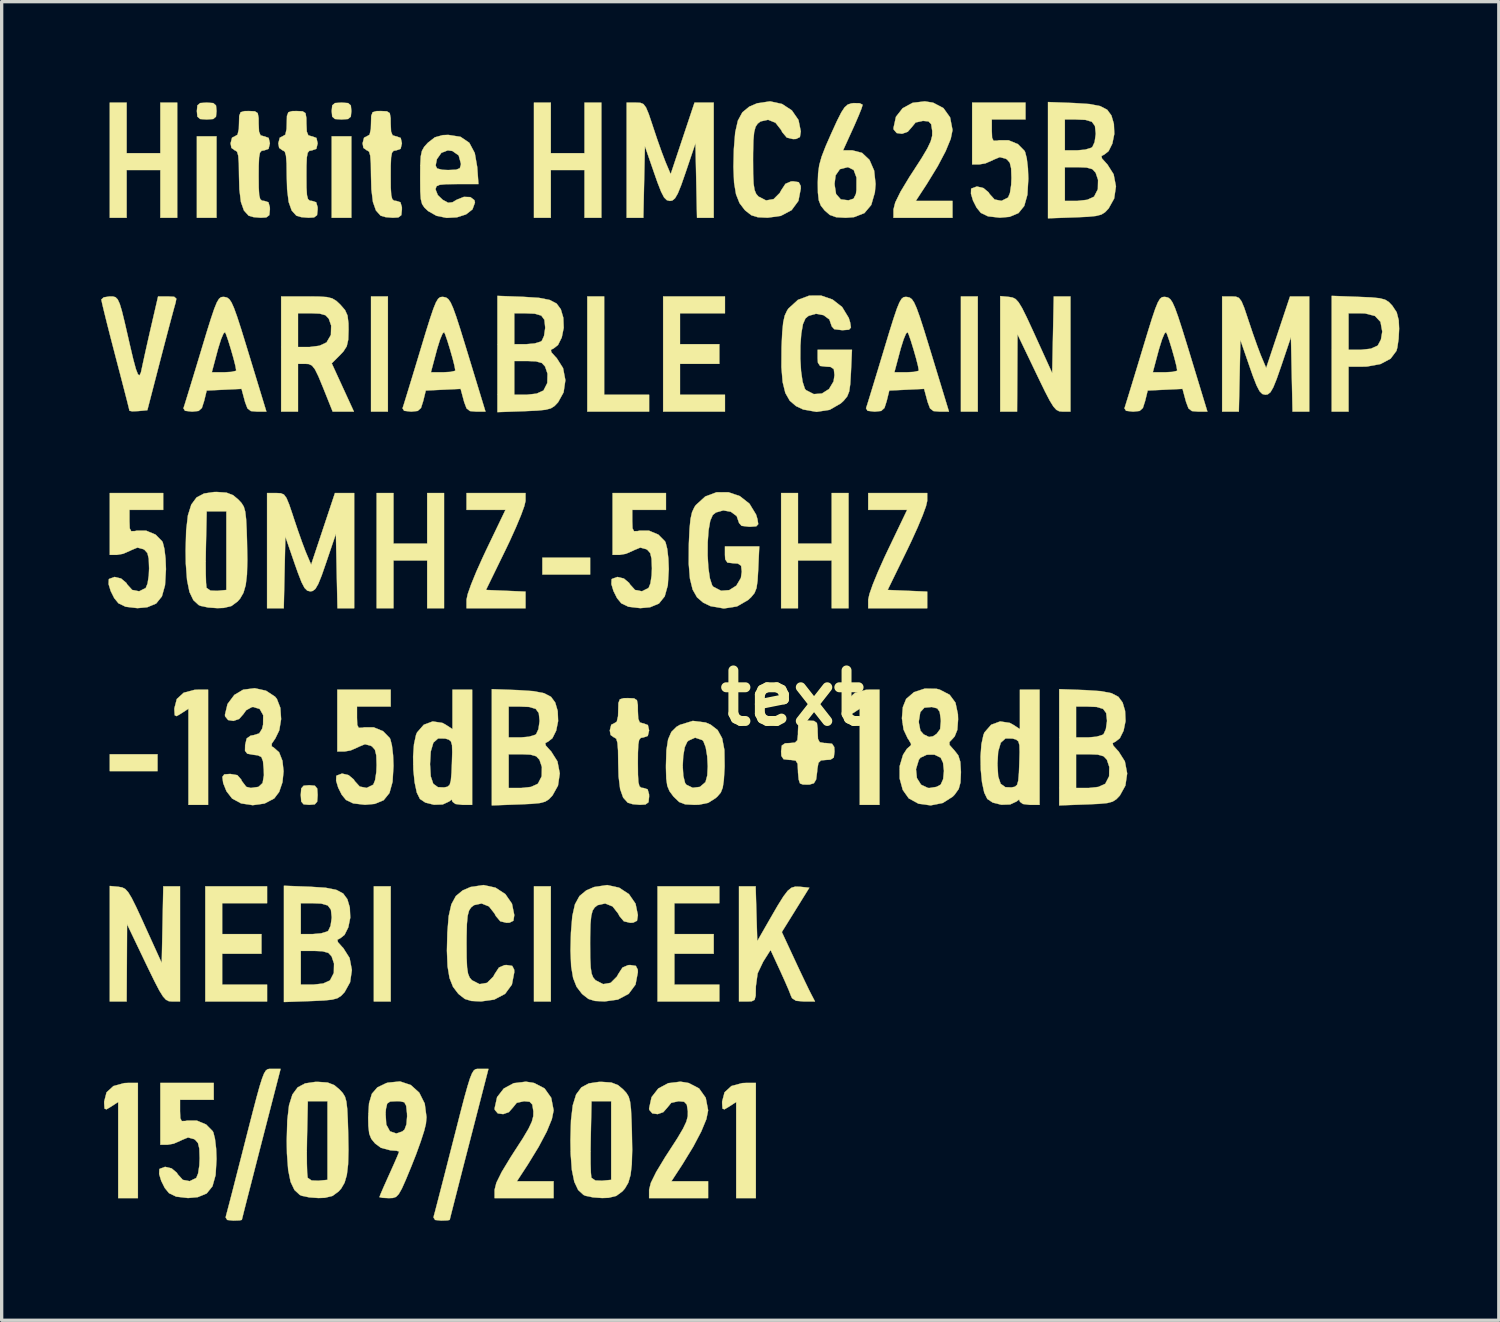
<source format=kicad_pcb>
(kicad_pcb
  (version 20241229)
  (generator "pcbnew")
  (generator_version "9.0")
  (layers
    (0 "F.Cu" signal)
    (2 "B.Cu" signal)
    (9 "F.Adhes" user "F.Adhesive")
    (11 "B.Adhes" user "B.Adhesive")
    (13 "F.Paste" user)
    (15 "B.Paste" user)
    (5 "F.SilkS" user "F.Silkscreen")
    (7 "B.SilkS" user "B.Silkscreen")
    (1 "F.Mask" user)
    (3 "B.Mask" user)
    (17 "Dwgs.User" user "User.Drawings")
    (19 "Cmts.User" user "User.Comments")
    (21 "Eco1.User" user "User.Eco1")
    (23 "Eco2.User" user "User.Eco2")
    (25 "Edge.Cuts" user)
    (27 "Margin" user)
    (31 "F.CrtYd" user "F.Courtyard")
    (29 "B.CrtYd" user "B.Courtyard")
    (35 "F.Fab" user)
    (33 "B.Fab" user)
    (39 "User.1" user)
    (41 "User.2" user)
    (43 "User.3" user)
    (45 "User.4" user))
  (footprint "text"
    (layer "F.Cu")
    (at 20.833 17.992)
    (property "Reference" "text" (at 0 0 0) (layer "F.SilkS") (effects (font (size 1.524 1.524) (thickness 0.3))))
    (attr through_hole)
    (fp_poly (pts (xy -19.135 2.201) (xy -20.574 2.201) (xy -20.574 1.693) (xy -19.135 1.693) (xy -19.135 2.201)) (stroke (width 0.01) (type solid)) (fill yes) (layer "F.SilkS"))
    (fp_poly (pts (xy -17.357 -14.478) (xy -17.949 -14.478) (xy -17.949 -16.933) (xy -17.357 -16.933) (xy -17.357 -14.478)) (stroke (width 0.01) (type solid)) (fill yes) (layer "F.SilkS"))
    (fp_poly (pts (xy -13.293 -14.478) (xy -13.885 -14.478) (xy -13.885 -16.933) (xy -13.293 -16.933) (xy -13.293 -14.478)) (stroke (width 0.01) (type solid)) (fill yes) (layer "F.SilkS"))
    (fp_poly (pts (xy -12.192 -8.636) (xy -12.7 -8.636) (xy -12.7 -12.107) (xy -12.192 -12.107) (xy -12.192 -8.636)) (stroke (width 0.01) (type solid)) (fill yes) (layer "F.SilkS"))
    (fp_poly (pts (xy -12.107 9.144) (xy -12.615 9.144) (xy -12.615 5.673) (xy -12.107 5.673) (xy -12.107 9.144)) (stroke (width 0.01) (type solid)) (fill yes) (layer "F.SilkS"))
    (fp_poly (pts (xy -7.281 9.144) (xy -7.789 9.144) (xy -7.789 5.673) (xy -7.281 5.673) (xy -7.281 9.144)) (stroke (width 0.01) (type solid)) (fill yes) (layer "F.SilkS"))
    (fp_poly (pts (xy -6.096 -3.725) (xy -7.535 -3.725) (xy -7.535 -4.233) (xy -6.096 -4.233) (xy -6.096 -3.725)) (stroke (width 0.01) (type solid)) (fill yes) (layer "F.SilkS"))
    (fp_poly (pts (xy 5.588 -8.636) (xy 5.08 -8.636) (xy 5.08 -12.107) (xy 5.588 -12.107) (xy 5.588 -8.636)) (stroke (width 0.01) (type solid)) (fill yes) (layer "F.SilkS"))
    (fp_poly (pts (xy -5.673 -9.144) (xy -4.318 -9.144) (xy -4.318 -8.636) (xy -6.181 -8.636) (xy -6.181 -12.107) (xy -5.673 -12.107) (xy -5.673 -9.144)) (stroke (width 0.01) (type solid)) (fill yes) (layer "F.SilkS"))
    (fp_poly (pts (xy -20.066 -16.425) (xy -19.05 -16.425) (xy -19.05 -17.949) (xy -18.542 -17.949) (xy -18.542 -14.478) (xy -19.05 -14.478) (xy -19.05 -15.917) (xy -20.066 -15.917) (xy -20.066 -14.478) (xy -20.574 -14.478) (xy -20.574 -17.949) (xy -20.066 -17.949) (xy -20.066 -16.425)) (stroke (width 0.01) (type solid)) (fill yes) (layer "F.SilkS"))
    (fp_poly (pts (xy -17.454 -17.935) (xy -17.372 -17.863) (xy -17.357 -17.695) (xy -17.373 -17.525) (xy -17.457 -17.455) (xy -17.653 -17.441) (xy -17.852 -17.455) (xy -17.934 -17.527) (xy -17.949 -17.695) (xy -17.933 -17.866) (xy -17.849 -17.936) (xy -17.653 -17.949) (xy -17.454 -17.935)) (stroke (width 0.01) (type solid)) (fill yes) (layer "F.SilkS"))
    (fp_poly (pts (xy -15.833 6.181) (xy -17.187 6.181) (xy -17.187 7.112) (xy -16.002 7.112) (xy -16.002 7.705) (xy -17.187 7.705) (xy -17.187 8.636) (xy -15.833 8.636) (xy -15.833 9.144) (xy -17.695 9.144) (xy -17.695 5.673) (xy -15.833 5.673) (xy -15.833 6.181)) (stroke (width 0.01) (type solid)) (fill yes) (layer "F.SilkS"))
    (fp_poly (pts (xy -14.392 2.641) (xy -14.322 2.725) (xy -14.309 2.921) (xy -14.323 3.12) (xy -14.395 3.202) (xy -14.563 3.217) (xy -14.733 3.201) (xy -14.803 3.117) (xy -14.817 2.921) (xy -14.803 2.722) (xy -14.731 2.64) (xy -14.563 2.625) (xy -14.392 2.641)) (stroke (width 0.01) (type solid)) (fill yes) (layer "F.SilkS"))
    (fp_poly (pts (xy -13.39 -17.935) (xy -13.308 -17.863) (xy -13.293 -17.695) (xy -13.309 -17.525) (xy -13.393 -17.455) (xy -13.589 -17.441) (xy -13.788 -17.455) (xy -13.87 -17.527) (xy -13.885 -17.695) (xy -13.869 -17.866) (xy -13.785 -17.936) (xy -13.589 -17.949) (xy -13.39 -17.935)) (stroke (width 0.01) (type solid)) (fill yes) (layer "F.SilkS"))
    (fp_poly (pts (xy -12.023 -4.657) (xy -11.007 -4.657) (xy -11.007 -6.181) (xy -10.499 -6.181) (xy -10.499 -2.709) (xy -11.007 -2.709) (xy -11.007 -4.149) (xy -12.023 -4.149) (xy -12.023 -2.709) (xy -12.531 -2.709) (xy -12.531 -6.181) (xy -12.023 -6.181) (xy -12.023 -4.657)) (stroke (width 0.01) (type solid)) (fill yes) (layer "F.SilkS"))
    (fp_poly (pts (xy -7.281 -16.425) (xy -6.265 -16.425) (xy -6.265 -17.949) (xy -5.757 -17.949) (xy -5.757 -14.478) (xy -6.265 -14.478) (xy -6.265 -15.917) (xy -7.281 -15.917) (xy -7.281 -14.478) (xy -7.789 -14.478) (xy -7.789 -17.949) (xy -7.281 -17.949) (xy -7.281 -16.425)) (stroke (width 0.01) (type solid)) (fill yes) (layer "F.SilkS"))
    (fp_poly (pts (xy -2.201 6.181) (xy -3.556 6.181) (xy -3.556 7.112) (xy -2.371 7.112) (xy -2.371 7.705) (xy -3.556 7.705) (xy -3.556 8.636) (xy -2.201 8.636) (xy -2.201 9.144) (xy -4.064 9.144) (xy -4.064 5.673) (xy -2.201 5.673) (xy -2.201 6.181)) (stroke (width 0.01) (type solid)) (fill yes) (layer "F.SilkS"))
    (fp_poly (pts (xy -2.032 -11.599) (xy -3.387 -11.599) (xy -3.387 -10.668) (xy -2.201 -10.668) (xy -2.201 -10.075) (xy -3.387 -10.075) (xy -3.387 -9.144) (xy -2.032 -9.144) (xy -2.032 -8.636) (xy -3.895 -8.636) (xy -3.895 -12.107) (xy -2.032 -12.107) (xy -2.032 -11.599)) (stroke (width 0.01) (type solid)) (fill yes) (layer "F.SilkS"))
    (fp_poly (pts (xy 0.169 -4.657) (xy 1.185 -4.657) (xy 1.185 -6.181) (xy 1.693 -6.181) (xy 1.693 -2.709) (xy 1.185 -2.709) (xy 1.185 -4.149) (xy 0.169 -4.149) (xy 0.169 -2.709) (xy -0.339 -2.709) (xy -0.339 -6.181) (xy 0.169 -6.181) (xy 0.169 -4.657)) (stroke (width 0.01) (type solid)) (fill yes) (layer "F.SilkS"))
    (fp_poly (pts (xy -19.727 15.071) (xy -20.32 15.071) (xy -20.32 12.173) (xy -20.532 12.311) (xy -20.675 12.396) (xy -20.732 12.372) (xy -20.743 12.211) (xy -20.743 12.161) (xy -20.671 11.882) (xy -20.463 11.692) (xy -20.137 11.604) (xy -20.027 11.599) (xy -19.727 11.599) (xy -19.727 15.071)) (stroke (width 0.01) (type solid)) (fill yes) (layer "F.SilkS"))
    (fp_poly (pts (xy -17.611 3.217) (xy -18.203 3.217) (xy -18.203 0.319) (xy -18.415 0.458) (xy -18.558 0.543) (xy -18.616 0.518) (xy -18.627 0.358) (xy -18.627 0.308) (xy -18.554 0.028) (xy -18.347 -0.162) (xy -18.02 -0.249) (xy -17.91 -0.254) (xy -17.611 -0.254) (xy -17.611 3.217)) (stroke (width 0.01) (type solid)) (fill yes) (layer "F.SilkS"))
    (fp_poly (pts (xy -1.101 15.071) (xy -1.693 15.071) (xy -1.693 12.173) (xy -1.905 12.311) (xy -2.048 12.396) (xy -2.106 12.372) (xy -2.117 12.211) (xy -2.117 12.161) (xy -2.044 11.882) (xy -1.837 11.692) (xy -1.51 11.604) (xy -1.4 11.599) (xy -1.101 11.599) (xy -1.101 15.071)) (stroke (width 0.01) (type solid)) (fill yes) (layer "F.SilkS"))
    (fp_poly (pts (xy 2.625 3.217) (xy 2.032 3.217) (xy 2.032 0.319) (xy 1.82 0.458) (xy 1.677 0.543) (xy 1.62 0.518) (xy 1.609 0.358) (xy 1.609 0.308) (xy 1.681 0.028) (xy 1.889 -0.162) (xy 2.215 -0.249) (xy 2.325 -0.254) (xy 2.625 -0.254) (xy 2.625 3.217)) (stroke (width 0.01) (type solid)) (fill yes) (layer "F.SilkS"))
    (fp_poly (pts (xy -8.043 -5.942) (xy -8.08 -5.786) (xy -8.18 -5.511) (xy -8.331 -5.149) (xy -8.519 -4.733) (xy -8.639 -4.482) (xy -9.235 -3.26) (xy -8.639 -3.235) (xy -8.043 -3.21) (xy -8.043 -2.709) (xy -9.821 -2.709) (xy -9.821 -2.968) (xy -9.785 -3.137) (xy -9.683 -3.426) (xy -9.529 -3.804) (xy -9.333 -4.241) (xy -9.235 -4.45) (xy -8.648 -5.673) (xy -9.821 -5.673) (xy -9.821 -6.181) (xy -8.043 -6.181) (xy -8.043 -5.942)) (stroke (width 0.01) (type solid)) (fill yes) (layer "F.SilkS"))
    (fp_poly (pts (xy 4.064 -5.942) (xy 4.028 -5.786) (xy 3.928 -5.511) (xy 3.777 -5.149) (xy 3.588 -4.733) (xy 3.468 -4.482) (xy 2.872 -3.26) (xy 3.468 -3.235) (xy 4.064 -3.21) (xy 4.064 -2.709) (xy 2.286 -2.709) (xy 2.286 -2.968) (xy 2.323 -3.137) (xy 2.424 -3.426) (xy 2.579 -3.804) (xy 2.774 -4.241) (xy 2.873 -4.45) (xy 3.459 -5.673) (xy 2.286 -5.673) (xy 2.286 -6.181) (xy 4.064 -6.181) (xy 4.064 -5.942)) (stroke (width 0.01) (type solid)) (fill yes) (layer "F.SilkS"))
    (fp_poly (pts (xy 6.533 -12.092) (xy 6.64 -12.073) (xy 6.73 -12.027) (xy 6.82 -11.929) (xy 6.925 -11.756) (xy 7.061 -11.483) (xy 7.245 -11.086) (xy 7.316 -10.93) (xy 7.832 -9.796) (xy 7.879 -12.107) (xy 8.382 -12.107) (xy 8.382 -8.636) (xy 8.141 -8.636) (xy 8.045 -8.645) (xy 7.959 -8.688) (xy 7.869 -8.787) (xy 7.759 -8.964) (xy 7.614 -9.243) (xy 7.418 -9.646) (xy 7.344 -9.8) (xy 6.786 -10.964) (xy 6.78 -9.8) (xy 6.773 -8.636) (xy 6.265 -8.636) (xy 6.265 -12.118) (xy 6.533 -12.092)) (stroke (width 0.01) (type solid)) (fill yes) (layer "F.SilkS"))
    (fp_poly (pts (xy -20.307 5.688) (xy -20.199 5.707) (xy -20.109 5.753) (xy -20.019 5.851) (xy -19.914 6.024) (xy -19.778 6.297) (xy -19.594 6.694) (xy -19.524 6.85) (xy -19.008 7.984) (xy -18.984 6.828) (xy -18.961 5.673) (xy -18.457 5.673) (xy -18.457 9.144) (xy -18.698 9.144) (xy -18.794 9.135) (xy -18.88 9.092) (xy -18.97 8.993) (xy -19.08 8.816) (xy -19.225 8.537) (xy -19.422 8.134) (xy -19.496 7.98) (xy -20.053 6.816) (xy -20.059 7.98) (xy -20.066 9.144) (xy -20.574 9.144) (xy -20.574 5.662) (xy -20.307 5.688)) (stroke (width 0.01) (type solid)) (fill yes) (layer "F.SilkS"))
    (fp_poly (pts (xy -15.693 11.176) (xy -15.669 11.176) (xy -15.426 11.176) (xy -16.01 13.441) (xy -16.162 14.032) (xy -16.299 14.568) (xy -16.417 15.026) (xy -16.509 15.386) (xy -16.569 15.626) (xy -16.594 15.725) (xy -16.594 15.727) (xy -16.668 15.742) (xy -16.847 15.748) (xy -16.854 15.748) (xy -17.033 15.729) (xy -17.081 15.655) (xy -17.07 15.6) (xy -17.037 15.476) (xy -16.968 15.214) (xy -16.872 14.843) (xy -16.756 14.389) (xy -16.625 13.879) (xy -16.594 13.758) (xy -16.411 13.04) (xy -16.264 12.468) (xy -16.148 12.026) (xy -16.057 11.698) (xy -15.984 11.467) (xy -15.925 11.316) (xy -15.872 11.228) (xy -15.819 11.187) (xy -15.762 11.175) (xy -15.693 11.176)) (stroke (width 0.01) (type solid)) (fill yes) (layer "F.SilkS"))
    (fp_poly (pts (xy -9.427 11.176) (xy -9.404 11.176) (xy -9.161 11.176) (xy -9.744 13.441) (xy -9.897 14.032) (xy -10.034 14.568) (xy -10.151 15.026) (xy -10.243 15.386) (xy -10.304 15.626) (xy -10.328 15.725) (xy -10.329 15.727) (xy -10.403 15.742) (xy -10.582 15.748) (xy -10.589 15.748) (xy -10.768 15.729) (xy -10.816 15.655) (xy -10.805 15.6) (xy -10.771 15.476) (xy -10.703 15.214) (xy -10.607 14.843) (xy -10.49 14.389) (xy -10.36 13.879) (xy -10.329 13.758) (xy -10.145 13.04) (xy -9.999 12.468) (xy -9.883 12.026) (xy -9.791 11.698) (xy -9.719 11.467) (xy -9.659 11.316) (xy -9.606 11.228) (xy -9.554 11.187) (xy -9.496 11.175) (xy -9.427 11.176)) (stroke (width 0.01) (type solid)) (fill yes) (layer "F.SilkS"))
    (fp_poly (pts (xy -4.583 -17.943) (xy -4.489 -17.905) (xy -4.411 -17.802) (xy -4.329 -17.606) (xy -4.221 -17.285) (xy -4.197 -17.212) (xy -4.071 -16.835) (xy -3.944 -16.476) (xy -3.838 -16.197) (xy -3.813 -16.134) (xy -3.668 -15.793) (xy -3.309 -16.871) (xy -2.949 -17.949) (xy -2.371 -17.949) (xy -2.371 -14.478) (xy -2.874 -14.478) (xy -2.921 -16.722) (xy -3.214 -15.854) (xy -3.35 -15.464) (xy -3.453 -15.21) (xy -3.538 -15.064) (xy -3.619 -14.998) (xy -3.692 -14.986) (xy -3.783 -15.008) (xy -3.867 -15.091) (xy -3.956 -15.263) (xy -4.069 -15.552) (xy -4.16 -15.812) (xy -4.445 -16.637) (xy -4.492 -14.478) (xy -4.995 -14.478) (xy -4.995 -17.949) (xy -4.716 -17.949) (xy -4.583 -17.943)) (stroke (width 0.01) (type solid)) (fill yes) (layer "F.SilkS"))
    (fp_poly (pts (xy 13.366 -12.101) (xy 13.46 -12.063) (xy 13.538 -11.96) (xy 13.62 -11.764) (xy 13.728 -11.443) (xy 13.752 -11.37) (xy 13.879 -10.993) (xy 14.006 -10.634) (xy 14.111 -10.355) (xy 14.137 -10.292) (xy 14.281 -9.951) (xy 15 -12.107) (xy 15.579 -12.107) (xy 15.579 -8.636) (xy 15.076 -8.636) (xy 15.028 -10.88) (xy 14.735 -10.012) (xy 14.599 -9.622) (xy 14.496 -9.368) (xy 14.412 -9.222) (xy 14.33 -9.156) (xy 14.258 -9.144) (xy 14.166 -9.166) (xy 14.083 -9.249) (xy 13.993 -9.421) (xy 13.88 -9.71) (xy 13.789 -9.97) (xy 13.504 -10.795) (xy 13.481 -9.716) (xy 13.457 -8.636) (xy 12.954 -8.636) (xy 12.954 -12.107) (xy 13.233 -12.107) (xy 13.366 -12.101)) (stroke (width 0.01) (type solid)) (fill yes) (layer "F.SilkS"))
    (fp_poly (pts (xy -15.421 -6.175) (xy -15.326 -6.136) (xy -15.249 -6.034) (xy -15.167 -5.837) (xy -15.058 -5.516) (xy -15.035 -5.443) (xy -14.908 -5.066) (xy -14.781 -4.707) (xy -14.676 -4.428) (xy -14.65 -4.365) (xy -14.505 -4.024) (xy -13.787 -6.181) (xy -13.208 -6.181) (xy -13.208 -2.709) (xy -13.711 -2.709) (xy -13.735 -3.831) (xy -13.758 -4.953) (xy -14.052 -4.085) (xy -14.187 -3.696) (xy -14.29 -3.441) (xy -14.375 -3.295) (xy -14.457 -3.23) (xy -14.529 -3.217) (xy -14.621 -3.239) (xy -14.704 -3.322) (xy -14.794 -3.494) (xy -14.906 -3.783) (xy -14.998 -4.043) (xy -15.282 -4.868) (xy -15.306 -3.789) (xy -15.33 -2.709) (xy -15.833 -2.709) (xy -15.833 -6.181) (xy -15.554 -6.181) (xy -15.421 -6.175)) (stroke (width 0.01) (type solid)) (fill yes) (layer "F.SilkS"))
    (fp_poly (pts (xy 17.068 -12.094) (xy 17.448 -12.078) (xy 17.699 -12.053) (xy 17.862 -12.011) (xy 17.976 -11.941) (xy 18.081 -11.831) (xy 18.084 -11.827) (xy 18.215 -11.629) (xy 18.276 -11.391) (xy 18.288 -11.134) (xy 18.273 -10.831) (xy 18.234 -10.565) (xy 18.207 -10.466) (xy 18.031 -10.231) (xy 17.725 -10.069) (xy 17.316 -9.994) (xy 17.192 -9.991) (xy 16.764 -9.991) (xy 16.764 -8.636) (xy 16.256 -8.636) (xy 16.256 -11.599) (xy 16.764 -11.599) (xy 16.764 -10.499) (xy 17.139 -10.499) (xy 17.438 -10.532) (xy 17.638 -10.623) (xy 17.647 -10.632) (xy 17.74 -10.807) (xy 17.78 -11.044) (xy 17.78 -11.049) (xy 17.727 -11.341) (xy 17.559 -11.519) (xy 17.263 -11.595) (xy 17.139 -11.599) (xy 16.764 -11.599) (xy 16.256 -11.599) (xy 16.256 -12.124) (xy 17.068 -12.094)) (stroke (width 0.01) (type solid)) (fill yes) (layer "F.SilkS"))
    (fp_poly (pts (xy -7.781 11.602) (xy -7.469 11.765) (xy -7.269 12.046) (xy -7.197 12.421) (xy -7.197 12.43) (xy -7.25 12.692) (xy -7.402 13.062) (xy -7.645 13.521) (xy -7.967 14.048) (xy -7.985 14.076) (xy -8.303 14.563) (xy -7.197 14.563) (xy -7.197 15.071) (xy -8.975 15.071) (xy -8.975 14.819) (xy -8.922 14.609) (xy -8.762 14.284) (xy -8.492 13.838) (xy -8.378 13.661) (xy -8.123 13.267) (xy -7.953 12.979) (xy -7.853 12.767) (xy -7.809 12.601) (xy -7.806 12.453) (xy -7.839 12.25) (xy -7.92 12.166) (xy -8.086 12.15) (xy -8.309 12.199) (xy -8.423 12.34) (xy -8.545 12.479) (xy -8.717 12.539) (xy -8.878 12.517) (xy -8.969 12.41) (xy -8.975 12.365) (xy -8.9 12.027) (xy -8.698 11.767) (xy -8.398 11.606) (xy -8.03 11.561) (xy -7.781 11.602)) (stroke (width 0.01) (type solid)) (fill yes) (layer "F.SilkS"))
    (fp_poly (pts (xy -3.124 11.602) (xy -2.812 11.765) (xy -2.612 12.046) (xy -2.54 12.421) (xy -2.54 12.43) (xy -2.593 12.692) (xy -2.746 13.062) (xy -2.988 13.521) (xy -3.31 14.048) (xy -3.328 14.076) (xy -3.646 14.563) (xy -2.54 14.563) (xy -2.54 15.071) (xy -4.318 15.071) (xy -4.318 14.819) (xy -4.265 14.609) (xy -4.105 14.284) (xy -3.836 13.838) (xy -3.721 13.661) (xy -3.466 13.267) (xy -3.296 12.979) (xy -3.196 12.767) (xy -3.152 12.601) (xy -3.15 12.453) (xy -3.182 12.25) (xy -3.263 12.166) (xy -3.429 12.15) (xy -3.652 12.199) (xy -3.767 12.34) (xy -3.889 12.479) (xy -4.06 12.539) (xy -4.221 12.517) (xy -4.313 12.41) (xy -4.318 12.365) (xy -4.244 12.027) (xy -4.041 11.767) (xy -3.741 11.606) (xy -3.373 11.561) (xy -3.124 11.602)) (stroke (width 0.01) (type solid)) (fill yes) (layer "F.SilkS"))
    (fp_poly (pts (xy 4.242 -17.947) (xy 4.554 -17.783) (xy 4.754 -17.503) (xy 4.826 -17.128) (xy 4.826 -17.119) (xy 4.773 -16.857) (xy 4.62 -16.486) (xy 4.378 -16.027) (xy 4.056 -15.501) (xy 4.038 -15.473) (xy 3.72 -14.986) (xy 4.826 -14.986) (xy 4.826 -14.478) (xy 3.048 -14.478) (xy 3.048 -14.73) (xy 3.101 -14.939) (xy 3.261 -15.265) (xy 3.53 -15.711) (xy 3.645 -15.887) (xy 3.9 -16.282) (xy 4.07 -16.57) (xy 4.17 -16.782) (xy 4.214 -16.948) (xy 4.216 -17.096) (xy 4.184 -17.299) (xy 4.103 -17.383) (xy 3.937 -17.399) (xy 3.714 -17.35) (xy 3.599 -17.209) (xy 3.477 -17.07) (xy 3.306 -17.01) (xy 3.145 -17.032) (xy 3.053 -17.139) (xy 3.048 -17.183) (xy 3.122 -17.522) (xy 3.325 -17.781) (xy 3.625 -17.943) (xy 3.993 -17.987) (xy 4.242 -17.947)) (stroke (width 0.01) (type solid)) (fill yes) (layer "F.SilkS"))
    (fp_poly (pts (xy -1.083 6.498) (xy -1.058 7.324) (xy -0.677 6.659) (xy -0.444 6.256) (xy -0.271 5.979) (xy -0.139 5.806) (xy -0.026 5.715) (xy 0.088 5.682) (xy 0.225 5.686) (xy 0.236 5.687) (xy 0.511 5.715) (xy 0.097 6.383) (xy -0.318 7.051) (xy 0.045 7.832) (xy 0.215 8.196) (xy 0.374 8.53) (xy 0.498 8.787) (xy 0.544 8.879) (xy 0.682 9.144) (xy 0.347 9.144) (xy 0.111 9.123) (xy -0.009 9.045) (xy -0.043 8.972) (xy -0.104 8.814) (xy -0.216 8.555) (xy -0.355 8.246) (xy -0.378 8.196) (xy -0.657 7.592) (xy -0.879 7.943) (xy -1.047 8.296) (xy -1.1 8.683) (xy -1.101 8.719) (xy -1.106 8.97) (xy -1.14 9.096) (xy -1.228 9.139) (xy -1.355 9.144) (xy -1.609 9.144) (xy -1.609 5.673) (xy -1.107 5.673) (xy -1.083 6.498)) (stroke (width 0.01) (type solid)) (fill yes) (layer "F.SilkS"))
    (fp_poly (pts (xy -14.273 -12.104) (xy -14.03 -12.088) (xy -13.87 -12.048) (xy -13.747 -11.974) (xy -13.625 -11.86) (xy -13.483 -11.696) (xy -13.408 -11.53) (xy -13.38 -11.296) (xy -13.377 -11.104) (xy -13.387 -10.803) (xy -13.432 -10.605) (xy -13.533 -10.447) (xy -13.631 -10.343) (xy -13.884 -10.09) (xy -13.55 -9.363) (xy -13.216 -8.636) (xy -13.856 -8.636) (xy -14.144 -9.356) (xy -14.285 -9.697) (xy -14.39 -9.91) (xy -14.479 -10.023) (xy -14.575 -10.069) (xy -14.667 -10.075) (xy -14.901 -10.075) (xy -14.901 -8.636) (xy -15.409 -8.636) (xy -15.409 -11.599) (xy -14.901 -11.599) (xy -14.901 -10.583) (xy -14.548 -10.583) (xy -14.255 -10.621) (xy -14.045 -10.719) (xy -14.04 -10.723) (xy -13.909 -10.947) (xy -13.901 -11.23) (xy -13.973 -11.436) (xy -14.071 -11.54) (xy -14.248 -11.589) (xy -14.481 -11.599) (xy -14.901 -11.599) (xy -15.409 -11.599) (xy -15.409 -12.107) (xy -14.641 -12.107) (xy -14.273 -12.104)) (stroke (width 0.01) (type solid)) (fill yes) (layer "F.SilkS"))
    (fp_poly (pts (xy 0.655 0.688) (xy 0.74 0.751) (xy 0.761 0.916) (xy 0.762 1.016) (xy 0.772 1.233) (xy 0.826 1.33) (xy 0.961 1.354) (xy 1.016 1.355) (xy 1.196 1.376) (xy 1.262 1.475) (xy 1.27 1.609) (xy 1.249 1.789) (xy 1.15 1.855) (xy 1.021 1.863) (xy 0.863 1.877) (xy 0.786 1.951) (xy 0.753 2.133) (xy 0.746 2.223) (xy 0.716 2.453) (xy 0.65 2.565) (xy 0.516 2.606) (xy 0.505 2.607) (xy 0.32 2.605) (xy 0.23 2.572) (xy 0.191 2.455) (xy 0.17 2.242) (xy 0.169 2.187) (xy 0.158 1.976) (xy 0.099 1.884) (xy -0.048 1.863) (xy -0.085 1.863) (xy -0.265 1.842) (xy -0.331 1.743) (xy -0.339 1.609) (xy -0.318 1.429) (xy -0.219 1.362) (xy -0.085 1.355) (xy 0.078 1.341) (xy 0.151 1.269) (xy 0.169 1.089) (xy 0.169 1.016) (xy 0.178 0.799) (xy 0.234 0.703) (xy 0.378 0.678) (xy 0.466 0.677) (xy 0.655 0.688)) (stroke (width 0.01) (type solid)) (fill yes) (layer "F.SilkS"))
    (fp_poly (pts (xy -9.652 3.217) (xy -9.948 3.217) (xy -10.155 3.191) (xy -10.244 3.124) (xy -10.245 3.116) (xy -10.27 3.057) (xy -10.346 3.116) (xy -10.539 3.205) (xy -10.802 3.214) (xy -11.062 3.149) (xy -11.226 3.039) (xy -11.32 2.847) (xy -11.386 2.536) (xy -11.424 2.158) (xy -11.427 1.989) (xy -10.922 1.989) (xy -10.9 2.357) (xy -10.824 2.582) (xy -10.683 2.684) (xy -10.499 2.692) (xy -10.395 2.671) (xy -10.33 2.614) (xy -10.294 2.487) (xy -10.274 2.254) (xy -10.262 1.971) (xy -10.252 1.629) (xy -10.258 1.419) (xy -10.291 1.305) (xy -10.359 1.25) (xy -10.466 1.218) (xy -10.678 1.216) (xy -10.821 1.343) (xy -10.9 1.611) (xy -10.922 1.989) (xy -11.427 1.989) (xy -11.431 1.76) (xy -11.405 1.393) (xy -11.343 1.107) (xy -11.312 1.034) (xy -11.11 0.803) (xy -10.84 0.703) (xy -10.55 0.747) (xy -10.453 0.799) (xy -10.245 0.935) (xy -10.245 -0.254) (xy -9.652 -0.254) (xy -9.652 3.217)) (stroke (width 0.01) (type solid)) (fill yes) (layer "F.SilkS"))
    (fp_poly (pts (xy 7.451 3.217) (xy 7.154 3.217) (xy 6.948 3.191) (xy 6.859 3.124) (xy 6.858 3.116) (xy 6.833 3.057) (xy 6.756 3.116) (xy 6.564 3.205) (xy 6.301 3.214) (xy 6.04 3.149) (xy 5.876 3.039) (xy 5.783 2.847) (xy 5.716 2.536) (xy 5.679 2.158) (xy 5.676 1.989) (xy 6.181 1.989) (xy 6.203 2.357) (xy 6.278 2.582) (xy 6.42 2.684) (xy 6.603 2.692) (xy 6.708 2.671) (xy 6.773 2.614) (xy 6.809 2.487) (xy 6.829 2.254) (xy 6.84 1.971) (xy 6.85 1.629) (xy 6.844 1.419) (xy 6.812 1.305) (xy 6.744 1.25) (xy 6.637 1.218) (xy 6.424 1.216) (xy 6.282 1.343) (xy 6.203 1.611) (xy 6.181 1.989) (xy 5.676 1.989) (xy 5.672 1.76) (xy 5.698 1.393) (xy 5.76 1.107) (xy 5.79 1.034) (xy 5.992 0.803) (xy 6.263 0.703) (xy 6.553 0.747) (xy 6.65 0.799) (xy 6.858 0.935) (xy 6.858 -0.254) (xy 7.451 -0.254) (xy 7.451 3.217)) (stroke (width 0.01) (type solid)) (fill yes) (layer "F.SilkS"))
    (fp_poly (pts (xy -17.056 -6.193) (xy -16.855 -6.115) (xy -16.698 -5.983) (xy -16.6 -5.877) (xy -16.533 -5.767) (xy -16.491 -5.618) (xy -16.465 -5.395) (xy -16.448 -5.062) (xy -16.438 -4.737) (xy -16.428 -4.163) (xy -16.439 -3.729) (xy -16.477 -3.409) (xy -16.545 -3.174) (xy -16.647 -2.998) (xy -16.723 -2.912) (xy -16.907 -2.776) (xy -17.14 -2.719) (xy -17.332 -2.712) (xy -17.608 -2.732) (xy -17.833 -2.779) (xy -17.894 -2.805) (xy -18.056 -2.955) (xy -18.172 -3.199) (xy -18.245 -3.558) (xy -18.282 -4.052) (xy -18.283 -4.113) (xy -17.683 -4.113) (xy -17.681 -3.747) (xy -17.673 -3.474) (xy -17.659 -3.33) (xy -17.656 -3.322) (xy -17.539 -3.241) (xy -17.336 -3.233) (xy -17.06 -3.26) (xy -17.06 -5.63) (xy -17.653 -5.63) (xy -17.677 -4.534) (xy -17.683 -4.113) (xy -18.283 -4.113) (xy -18.288 -4.445) (xy -18.272 -5.05) (xy -18.219 -5.507) (xy -18.117 -5.833) (xy -17.959 -6.047) (xy -17.733 -6.167) (xy -17.43 -6.212) (xy -17.347 -6.213) (xy -17.056 -6.193)) (stroke (width 0.01) (type solid)) (fill yes) (layer "F.SilkS"))
    (fp_poly (pts (xy -14.008 11.587) (xy -13.807 11.665) (xy -13.65 11.797) (xy -13.552 11.903) (xy -13.485 12.013) (xy -13.443 12.162) (xy -13.417 12.385) (xy -13.4 12.718) (xy -13.39 13.043) (xy -13.38 13.617) (xy -13.391 14.051) (xy -13.429 14.371) (xy -13.497 14.606) (xy -13.599 14.782) (xy -13.675 14.868) (xy -13.859 15.004) (xy -14.092 15.061) (xy -14.284 15.068) (xy -14.56 15.048) (xy -14.785 15.001) (xy -14.846 14.975) (xy -15.008 14.825) (xy -15.124 14.581) (xy -15.197 14.222) (xy -15.234 13.728) (xy -15.235 13.667) (xy -14.635 13.667) (xy -14.633 14.033) (xy -14.625 14.306) (xy -14.611 14.45) (xy -14.608 14.458) (xy -14.491 14.539) (xy -14.288 14.547) (xy -14.012 14.52) (xy -14.012 12.15) (xy -14.605 12.15) (xy -14.629 13.246) (xy -14.635 13.667) (xy -15.235 13.667) (xy -15.24 13.335) (xy -15.224 12.73) (xy -15.171 12.273) (xy -15.069 11.947) (xy -14.911 11.733) (xy -14.685 11.613) (xy -14.382 11.568) (xy -14.299 11.567) (xy -14.008 11.587)) (stroke (width 0.01) (type solid)) (fill yes) (layer "F.SilkS"))
    (fp_poly (pts (xy -5.456 11.587) (xy -5.255 11.665) (xy -5.098 11.797) (xy -5.001 11.903) (xy -4.934 12.013) (xy -4.892 12.162) (xy -4.865 12.385) (xy -4.849 12.718) (xy -4.838 13.043) (xy -4.828 13.617) (xy -4.84 14.051) (xy -4.877 14.371) (xy -4.945 14.606) (xy -5.048 14.782) (xy -5.124 14.868) (xy -5.308 15.004) (xy -5.541 15.061) (xy -5.732 15.068) (xy -6.009 15.048) (xy -6.234 15.001) (xy -6.294 14.975) (xy -6.457 14.825) (xy -6.572 14.581) (xy -6.646 14.222) (xy -6.683 13.728) (xy -6.683 13.667) (xy -6.083 13.667) (xy -6.082 14.033) (xy -6.073 14.306) (xy -6.059 14.45) (xy -6.057 14.458) (xy -5.939 14.539) (xy -5.737 14.547) (xy -5.461 14.52) (xy -5.461 12.15) (xy -6.054 12.15) (xy -6.077 13.246) (xy -6.083 13.667) (xy -6.683 13.667) (xy -6.689 13.335) (xy -6.673 12.73) (xy -6.619 12.273) (xy -6.518 11.947) (xy -6.359 11.733) (xy -6.134 11.613) (xy -5.831 11.568) (xy -5.747 11.567) (xy -5.456 11.587)) (stroke (width 0.01) (type solid)) (fill yes) (layer "F.SilkS"))
    (fp_poly (pts (xy -20.477 -12.105) (xy -20.4 -12.083) (xy -20.336 -12.018) (xy -20.275 -11.887) (xy -20.209 -11.669) (xy -20.128 -11.339) (xy -20.021 -10.875) (xy -19.974 -10.668) (xy -19.867 -10.214) (xy -19.786 -9.915) (xy -19.724 -9.757) (xy -19.676 -9.728) (xy -19.635 -9.817) (xy -19.613 -9.918) (xy -19.571 -10.115) (xy -19.502 -10.431) (xy -19.415 -10.819) (xy -19.338 -11.155) (xy -19.118 -12.107) (xy -18.824 -12.107) (xy -18.631 -12.096) (xy -18.568 -12.04) (xy -18.591 -11.918) (xy -18.631 -11.777) (xy -18.705 -11.503) (xy -18.806 -11.124) (xy -18.925 -10.671) (xy -19.047 -10.203) (xy -19.442 -8.678) (xy -19.712 -8.652) (xy -19.896 -8.644) (xy -19.981 -8.661) (xy -19.981 -8.664) (xy -20.002 -8.753) (xy -20.059 -8.982) (xy -20.147 -9.322) (xy -20.258 -9.751) (xy -20.386 -10.24) (xy -20.405 -10.313) (xy -20.535 -10.813) (xy -20.649 -11.26) (xy -20.74 -11.626) (xy -20.802 -11.885) (xy -20.828 -12.011) (xy -20.828 -12.015) (xy -20.755 -12.08) (xy -20.578 -12.107) (xy -20.577 -12.107) (xy -20.477 -12.105)) (stroke (width 0.01) (type solid)) (fill yes) (layer "F.SilkS"))
    (fp_poly (pts (xy -18.965 -5.673) (xy -19.981 -5.673) (xy -19.981 -5.332) (xy -19.973 -5.117) (xy -19.928 -5.031) (xy -19.817 -5.034) (xy -19.768 -5.046) (xy -19.476 -5.046) (xy -19.195 -4.929) (xy -18.996 -4.727) (xy -18.976 -4.689) (xy -18.928 -4.498) (xy -18.893 -4.204) (xy -18.881 -3.885) (xy -18.909 -3.404) (xy -19.003 -3.066) (xy -19.177 -2.85) (xy -19.445 -2.739) (xy -19.739 -2.712) (xy -20.096 -2.754) (xy -20.312 -2.857) (xy -20.44 -3.014) (xy -20.547 -3.228) (xy -20.61 -3.436) (xy -20.604 -3.578) (xy -20.594 -3.592) (xy -20.431 -3.652) (xy -20.233 -3.605) (xy -20.075 -3.472) (xy -20.051 -3.429) (xy -19.898 -3.26) (xy -19.689 -3.22) (xy -19.49 -3.319) (xy -19.435 -3.455) (xy -19.398 -3.699) (xy -19.389 -3.909) (xy -19.399 -4.2) (xy -19.44 -4.37) (xy -19.525 -4.467) (xy -19.564 -4.49) (xy -19.74 -4.537) (xy -19.929 -4.459) (xy -19.942 -4.451) (xy -20.173 -4.35) (xy -20.359 -4.318) (xy -20.574 -4.318) (xy -20.574 -6.181) (xy -18.965 -6.181) (xy -18.965 -5.673)) (stroke (width 0.01) (type solid)) (fill yes) (layer "F.SilkS"))
    (fp_poly (pts (xy -17.441 12.107) (xy -18.457 12.107) (xy -18.457 12.448) (xy -18.449 12.663) (xy -18.404 12.749) (xy -18.293 12.746) (xy -18.244 12.734) (xy -17.952 12.734) (xy -17.671 12.851) (xy -17.472 13.053) (xy -17.452 13.091) (xy -17.404 13.282) (xy -17.369 13.576) (xy -17.357 13.895) (xy -17.385 14.376) (xy -17.479 14.714) (xy -17.653 14.93) (xy -17.921 15.041) (xy -18.215 15.068) (xy -18.572 15.026) (xy -18.788 14.922) (xy -18.916 14.766) (xy -19.023 14.552) (xy -19.086 14.344) (xy -19.08 14.202) (xy -19.07 14.188) (xy -18.907 14.128) (xy -18.709 14.175) (xy -18.551 14.308) (xy -18.527 14.351) (xy -18.374 14.52) (xy -18.165 14.56) (xy -17.966 14.461) (xy -17.911 14.325) (xy -17.874 14.081) (xy -17.865 13.871) (xy -17.875 13.58) (xy -17.916 13.41) (xy -18.001 13.313) (xy -18.04 13.29) (xy -18.216 13.243) (xy -18.405 13.321) (xy -18.418 13.329) (xy -18.649 13.43) (xy -18.835 13.462) (xy -19.05 13.462) (xy -19.05 11.599) (xy -17.441 11.599) (xy -17.441 12.107)) (stroke (width 0.01) (type solid)) (fill yes) (layer "F.SilkS"))
    (fp_poly (pts (xy -12.107 0.254) (xy -13.123 0.254) (xy -13.123 0.594) (xy -13.115 0.809) (xy -13.07 0.895) (xy -12.959 0.893) (xy -12.91 0.881) (xy -12.618 0.881) (xy -12.337 0.997) (xy -12.138 1.2) (xy -12.118 1.237) (xy -12.07 1.428) (xy -12.035 1.723) (xy -12.023 2.042) (xy -12.051 2.522) (xy -12.145 2.861) (xy -12.319 3.077) (xy -12.587 3.188) (xy -12.881 3.215) (xy -13.238 3.173) (xy -13.454 3.069) (xy -13.582 2.913) (xy -13.689 2.699) (xy -13.752 2.49) (xy -13.746 2.348) (xy -13.736 2.335) (xy -13.573 2.274) (xy -13.375 2.322) (xy -13.217 2.455) (xy -13.193 2.498) (xy -13.04 2.666) (xy -12.831 2.707) (xy -12.632 2.608) (xy -12.577 2.472) (xy -12.54 2.228) (xy -12.531 2.018) (xy -12.541 1.727) (xy -12.582 1.557) (xy -12.667 1.46) (xy -12.706 1.436) (xy -12.882 1.39) (xy -13.071 1.467) (xy -13.084 1.476) (xy -13.315 1.577) (xy -13.501 1.609) (xy -13.716 1.609) (xy -13.716 -0.254) (xy -12.107 -0.254) (xy -12.107 0.254)) (stroke (width 0.01) (type solid)) (fill yes) (layer "F.SilkS"))
    (fp_poly (pts (xy -3.81 -5.673) (xy -4.826 -5.673) (xy -4.826 -5.332) (xy -4.818 -5.117) (xy -4.773 -5.031) (xy -4.662 -5.034) (xy -4.613 -5.046) (xy -4.32 -5.046) (xy -4.04 -4.929) (xy -3.84 -4.727) (xy -3.821 -4.689) (xy -3.772 -4.498) (xy -3.738 -4.204) (xy -3.725 -3.885) (xy -3.754 -3.404) (xy -3.848 -3.066) (xy -4.022 -2.85) (xy -4.289 -2.739) (xy -4.584 -2.712) (xy -4.941 -2.754) (xy -5.156 -2.857) (xy -5.285 -3.014) (xy -5.392 -3.228) (xy -5.455 -3.436) (xy -5.449 -3.578) (xy -5.439 -3.592) (xy -5.276 -3.652) (xy -5.078 -3.605) (xy -4.92 -3.472) (xy -4.895 -3.429) (xy -4.742 -3.26) (xy -4.534 -3.22) (xy -4.335 -3.319) (xy -4.279 -3.455) (xy -4.242 -3.699) (xy -4.233 -3.909) (xy -4.244 -4.2) (xy -4.284 -4.37) (xy -4.369 -4.467) (xy -4.408 -4.49) (xy -4.584 -4.537) (xy -4.773 -4.459) (xy -4.786 -4.451) (xy -5.017 -4.35) (xy -5.204 -4.318) (xy -5.419 -4.318) (xy -5.419 -6.181) (xy -3.81 -6.181) (xy -3.81 -5.673)) (stroke (width 0.01) (type solid)) (fill yes) (layer "F.SilkS"))
    (fp_poly (pts (xy 7.027 -17.441) (xy 6.011 -17.441) (xy 6.011 -17.101) (xy 6.02 -16.886) (xy 6.064 -16.8) (xy 6.176 -16.803) (xy 6.225 -16.814) (xy 6.517 -16.814) (xy 6.798 -16.698) (xy 6.997 -16.496) (xy 7.016 -16.458) (xy 7.065 -16.267) (xy 7.1 -15.972) (xy 7.112 -15.654) (xy 7.084 -15.173) (xy 6.989 -14.834) (xy 6.815 -14.619) (xy 6.548 -14.507) (xy 6.254 -14.481) (xy 5.896 -14.522) (xy 5.681 -14.626) (xy 5.553 -14.783) (xy 5.445 -14.996) (xy 5.383 -15.205) (xy 5.388 -15.347) (xy 5.398 -15.361) (xy 5.562 -15.421) (xy 5.76 -15.374) (xy 5.918 -15.241) (xy 5.942 -15.198) (xy 6.095 -15.029) (xy 6.303 -14.988) (xy 6.502 -15.088) (xy 6.558 -15.223) (xy 6.595 -15.467) (xy 6.604 -15.677) (xy 6.594 -15.968) (xy 6.553 -16.139) (xy 6.468 -16.236) (xy 6.429 -16.259) (xy 6.253 -16.306) (xy 6.064 -16.228) (xy 6.051 -16.22) (xy 5.82 -16.118) (xy 5.633 -16.087) (xy 5.419 -16.087) (xy 5.419 -17.949) (xy 7.027 -17.949) (xy 7.027 -17.441)) (stroke (width 0.01) (type solid)) (fill yes) (layer "F.SilkS"))
    (fp_poly (pts (xy -16.201 -17.687) (xy -16.115 -17.632) (xy -16.088 -17.484) (xy -16.087 -17.314) (xy -16.076 -17.076) (xy -16.03 -16.964) (xy -15.929 -16.933) (xy -15.917 -16.933) (xy -15.785 -16.884) (xy -15.748 -16.722) (xy -15.788 -16.556) (xy -15.917 -16.51) (xy -15.998 -16.497) (xy -16.048 -16.438) (xy -16.074 -16.299) (xy -16.085 -16.048) (xy -16.087 -15.748) (xy -16.084 -15.386) (xy -16.071 -15.161) (xy -16.04 -15.041) (xy -15.984 -14.993) (xy -15.917 -14.986) (xy -15.793 -14.946) (xy -15.75 -14.798) (xy -15.748 -14.732) (xy -15.766 -14.557) (xy -15.857 -14.489) (xy -16.023 -14.479) (xy -16.243 -14.498) (xy -16.39 -14.542) (xy -16.391 -14.543) (xy -16.53 -14.697) (xy -16.621 -14.954) (xy -16.668 -15.336) (xy -16.679 -15.742) (xy -16.684 -16.116) (xy -16.702 -16.349) (xy -16.738 -16.47) (xy -16.796 -16.509) (xy -16.806 -16.51) (xy -16.908 -16.584) (xy -16.933 -16.722) (xy -16.889 -16.892) (xy -16.806 -16.933) (xy -16.723 -16.983) (xy -16.684 -17.153) (xy -16.679 -17.314) (xy -16.673 -17.548) (xy -16.63 -17.659) (xy -16.515 -17.693) (xy -16.383 -17.695) (xy -16.201 -17.687)) (stroke (width 0.01) (type solid)) (fill yes) (layer "F.SilkS"))
    (fp_poly (pts (xy -14.762 -17.687) (xy -14.675 -17.632) (xy -14.649 -17.484) (xy -14.647 -17.314) (xy -14.636 -17.076) (xy -14.59 -16.964) (xy -14.49 -16.933) (xy -14.478 -16.933) (xy -14.345 -16.884) (xy -14.309 -16.722) (xy -14.348 -16.556) (xy -14.478 -16.51) (xy -14.558 -16.497) (xy -14.608 -16.438) (xy -14.635 -16.299) (xy -14.646 -16.048) (xy -14.647 -15.748) (xy -14.645 -15.386) (xy -14.631 -15.161) (xy -14.6 -15.041) (xy -14.545 -14.993) (xy -14.478 -14.986) (xy -14.354 -14.946) (xy -14.31 -14.798) (xy -14.309 -14.732) (xy -14.327 -14.557) (xy -14.417 -14.489) (xy -14.584 -14.479) (xy -14.804 -14.498) (xy -14.951 -14.542) (xy -14.952 -14.543) (xy -15.091 -14.697) (xy -15.182 -14.954) (xy -15.229 -15.336) (xy -15.24 -15.742) (xy -15.245 -16.116) (xy -15.263 -16.349) (xy -15.298 -16.47) (xy -15.356 -16.509) (xy -15.367 -16.51) (xy -15.469 -16.584) (xy -15.494 -16.722) (xy -15.45 -16.892) (xy -15.367 -16.933) (xy -15.283 -16.983) (xy -15.245 -17.153) (xy -15.24 -17.314) (xy -15.234 -17.548) (xy -15.191 -17.659) (xy -15.076 -17.693) (xy -14.944 -17.695) (xy -14.762 -17.687)) (stroke (width 0.01) (type solid)) (fill yes) (layer "F.SilkS"))
    (fp_poly (pts (xy -12.222 -17.687) (xy -12.135 -17.632) (xy -12.109 -17.484) (xy -12.107 -17.314) (xy -12.096 -17.076) (xy -12.05 -16.964) (xy -11.95 -16.933) (xy -11.938 -16.933) (xy -11.805 -16.884) (xy -11.769 -16.722) (xy -11.808 -16.556) (xy -11.938 -16.51) (xy -12.018 -16.497) (xy -12.068 -16.438) (xy -12.095 -16.299) (xy -12.106 -16.048) (xy -12.107 -15.748) (xy -12.105 -15.386) (xy -12.091 -15.161) (xy -12.06 -15.041) (xy -12.005 -14.993) (xy -11.938 -14.986) (xy -11.814 -14.946) (xy -11.77 -14.798) (xy -11.769 -14.732) (xy -11.787 -14.557) (xy -11.877 -14.489) (xy -12.044 -14.479) (xy -12.264 -14.498) (xy -12.411 -14.542) (xy -12.412 -14.543) (xy -12.551 -14.697) (xy -12.642 -14.954) (xy -12.689 -15.336) (xy -12.7 -15.742) (xy -12.705 -16.116) (xy -12.723 -16.349) (xy -12.758 -16.47) (xy -12.816 -16.509) (xy -12.827 -16.51) (xy -12.929 -16.584) (xy -12.954 -16.722) (xy -12.91 -16.892) (xy -12.827 -16.933) (xy -12.743 -16.983) (xy -12.705 -17.153) (xy -12.7 -17.314) (xy -12.694 -17.548) (xy -12.651 -17.659) (xy -12.536 -17.693) (xy -12.404 -17.695) (xy -12.222 -17.687)) (stroke (width 0.01) (type solid)) (fill yes) (layer "F.SilkS"))
    (fp_poly (pts (xy -4.771 0.008) (xy -4.685 0.063) (xy -4.658 0.211) (xy -4.657 0.381) (xy -4.646 0.619) (xy -4.6 0.732) (xy -4.499 0.762) (xy -4.487 0.762) (xy -4.355 0.812) (xy -4.318 0.974) (xy -4.358 1.14) (xy -4.487 1.185) (xy -4.568 1.198) (xy -4.618 1.258) (xy -4.644 1.397) (xy -4.655 1.647) (xy -4.657 1.947) (xy -4.654 2.309) (xy -4.641 2.534) (xy -4.61 2.654) (xy -4.554 2.702) (xy -4.487 2.709) (xy -4.363 2.749) (xy -4.32 2.898) (xy -4.318 2.963) (xy -4.336 3.138) (xy -4.427 3.206) (xy -4.593 3.216) (xy -4.813 3.197) (xy -4.96 3.153) (xy -4.961 3.153) (xy -5.1 2.999) (xy -5.191 2.742) (xy -5.238 2.359) (xy -5.249 1.953) (xy -5.254 1.58) (xy -5.272 1.347) (xy -5.308 1.225) (xy -5.366 1.186) (xy -5.376 1.185) (xy -5.478 1.112) (xy -5.503 0.974) (xy -5.459 0.803) (xy -5.376 0.762) (xy -5.293 0.712) (xy -5.254 0.543) (xy -5.249 0.381) (xy -5.243 0.147) (xy -5.2 0.036) (xy -5.085 0.002) (xy -4.953 0) (xy -4.771 0.008)) (stroke (width 0.01) (type solid)) (fill yes) (layer "F.SilkS"))
    (fp_poly (pts (xy -2.614 0.735) (xy -2.463 0.8) (xy -2.252 0.964) (xy -2.117 1.21) (xy -2.049 1.564) (xy -2.042 2.051) (xy -2.045 2.122) (xy -2.066 2.471) (xy -2.099 2.697) (xy -2.157 2.846) (xy -2.255 2.962) (xy -2.313 3.014) (xy -2.537 3.156) (xy -2.815 3.213) (xy -2.961 3.217) (xy -3.232 3.201) (xy -3.411 3.132) (xy -3.572 2.978) (xy -3.591 2.957) (xy -3.704 2.804) (xy -3.77 2.645) (xy -3.801 2.428) (xy -3.81 2.102) (xy -3.81 2.052) (xy -3.305 2.052) (xy -3.287 2.342) (xy -3.235 2.554) (xy -3.2 2.608) (xy -3.003 2.703) (xy -2.785 2.675) (xy -2.622 2.534) (xy -2.618 2.528) (xy -2.565 2.332) (xy -2.55 2.055) (xy -2.567 1.752) (xy -2.612 1.482) (xy -2.682 1.3) (xy -2.715 1.265) (xy -2.931 1.192) (xy -3.127 1.28) (xy -3.169 1.318) (xy -3.244 1.48) (xy -3.29 1.745) (xy -3.305 2.052) (xy -3.81 2.052) (xy -3.81 2.031) (xy -3.796 1.57) (xy -3.745 1.244) (xy -3.648 1.02) (xy -3.493 0.866) (xy -3.395 0.808) (xy -3.001 0.687) (xy -2.614 0.735)) (stroke (width 0.01) (type solid)) (fill yes) (layer "F.SilkS"))
    (fp_poly (pts (xy 2.03 -17.93) (xy 2.116 -17.886) (xy 2.117 -17.881) (xy 2.084 -17.771) (xy 1.995 -17.55) (xy 1.869 -17.259) (xy 1.822 -17.156) (xy 1.528 -16.51) (xy 1.809 -16.51) (xy 2.101 -16.434) (xy 2.324 -16.223) (xy 2.464 -15.902) (xy 2.508 -15.495) (xy 2.487 -15.245) (xy 2.377 -14.864) (xy 2.171 -14.619) (xy 1.856 -14.497) (xy 1.608 -14.478) (xy 1.321 -14.495) (xy 1.131 -14.562) (xy 0.97 -14.702) (xy 0.858 -14.845) (xy 0.796 -15.005) (xy 0.77 -15.235) (xy 0.767 -15.494) (xy 1.27 -15.494) (xy 1.317 -15.194) (xy 1.46 -15.032) (xy 1.693 -15.004) (xy 1.845 -15.054) (xy 1.915 -15.193) (xy 1.932 -15.315) (xy 1.933 -15.69) (xy 1.849 -15.919) (xy 1.68 -16.002) (xy 1.666 -16.002) (xy 1.433 -15.943) (xy 1.304 -15.758) (xy 1.27 -15.494) (xy 0.767 -15.494) (xy 0.766 -15.528) (xy 0.776 -15.815) (xy 0.81 -16.063) (xy 0.882 -16.321) (xy 1.004 -16.636) (xy 1.172 -17.018) (xy 1.347 -17.401) (xy 1.476 -17.656) (xy 1.577 -17.81) (xy 1.671 -17.891) (xy 1.777 -17.925) (xy 1.845 -17.934) (xy 2.03 -17.93)) (stroke (width 0.01) (type solid)) (fill yes) (layer "F.SilkS"))
    (fp_poly (pts (xy -8.947 5.714) (xy -8.651 5.908) (xy -8.452 6.196) (xy -8.382 6.54) (xy -8.409 6.711) (xy -8.524 6.768) (xy -8.615 6.772) (xy -8.804 6.727) (xy -8.939 6.567) (xy -8.975 6.496) (xy -9.145 6.279) (xy -9.367 6.19) (xy -9.595 6.24) (xy -9.684 6.309) (xy -9.746 6.405) (xy -9.788 6.563) (xy -9.811 6.814) (xy -9.82 7.189) (xy -9.821 7.401) (xy -9.818 7.826) (xy -9.805 8.116) (xy -9.776 8.303) (xy -9.728 8.422) (xy -9.659 8.503) (xy -9.429 8.621) (xy -9.202 8.582) (xy -9.014 8.394) (xy -8.975 8.32) (xy -8.845 8.121) (xy -8.677 8.049) (xy -8.615 8.045) (xy -8.444 8.071) (xy -8.385 8.185) (xy -8.382 8.261) (xy -8.454 8.635) (xy -8.659 8.914) (xy -8.986 9.087) (xy -9.383 9.142) (xy -9.675 9.128) (xy -9.871 9.068) (xy -10.043 8.935) (xy -10.075 8.904) (xy -10.229 8.701) (xy -10.334 8.436) (xy -10.393 8.082) (xy -10.412 7.612) (xy -10.399 7.068) (xy -10.359 6.572) (xy -10.278 6.215) (xy -10.143 5.966) (xy -9.937 5.796) (xy -9.698 5.693) (xy -9.307 5.635) (xy -8.947 5.714)) (stroke (width 0.01) (type solid)) (fill yes) (layer "F.SilkS"))
    (fp_poly (pts (xy -5.221 5.714) (xy -4.926 5.908) (xy -4.727 6.196) (xy -4.657 6.54) (xy -4.683 6.711) (xy -4.798 6.768) (xy -4.889 6.772) (xy -5.079 6.727) (xy -5.214 6.567) (xy -5.249 6.496) (xy -5.419 6.279) (xy -5.642 6.19) (xy -5.869 6.24) (xy -5.958 6.309) (xy -6.021 6.405) (xy -6.062 6.563) (xy -6.086 6.814) (xy -6.095 7.189) (xy -6.096 7.401) (xy -6.093 7.826) (xy -6.079 8.116) (xy -6.051 8.303) (xy -6.003 8.422) (xy -5.934 8.503) (xy -5.703 8.621) (xy -5.477 8.582) (xy -5.289 8.394) (xy -5.249 8.32) (xy -5.12 8.121) (xy -4.951 8.049) (xy -4.889 8.045) (xy -4.718 8.071) (xy -4.66 8.185) (xy -4.657 8.261) (xy -4.728 8.635) (xy -4.934 8.914) (xy -5.261 9.087) (xy -5.658 9.142) (xy -5.95 9.128) (xy -6.145 9.068) (xy -6.317 8.935) (xy -6.349 8.904) (xy -6.504 8.701) (xy -6.608 8.436) (xy -6.668 8.082) (xy -6.687 7.612) (xy -6.674 7.068) (xy -6.633 6.572) (xy -6.553 6.215) (xy -6.417 5.966) (xy -6.212 5.796) (xy -5.973 5.693) (xy -5.581 5.635) (xy -5.221 5.714)) (stroke (width 0.01) (type solid)) (fill yes) (layer "F.SilkS"))
    (fp_poly (pts (xy -0.311 -17.908) (xy -0.015 -17.714) (xy 0.184 -17.426) (xy 0.254 -17.081) (xy 0.227 -16.911) (xy 0.112 -16.854) (xy 0.021 -16.85) (xy -0.168 -16.895) (xy -0.303 -17.055) (xy -0.339 -17.126) (xy -0.509 -17.343) (xy -0.731 -17.432) (xy -0.959 -17.382) (xy -1.048 -17.313) (xy -1.11 -17.217) (xy -1.152 -17.059) (xy -1.175 -16.808) (xy -1.184 -16.433) (xy -1.185 -16.221) (xy -1.182 -15.796) (xy -1.169 -15.506) (xy -1.14 -15.319) (xy -1.092 -15.2) (xy -1.023 -15.119) (xy -0.793 -15.001) (xy -0.566 -15.04) (xy -0.378 -15.228) (xy -0.339 -15.302) (xy -0.209 -15.501) (xy -0.041 -15.573) (xy 0.021 -15.577) (xy 0.192 -15.551) (xy 0.251 -15.437) (xy 0.254 -15.361) (xy 0.182 -14.987) (xy -0.023 -14.708) (xy -0.35 -14.535) (xy -0.747 -14.48) (xy -1.039 -14.494) (xy -1.235 -14.554) (xy -1.407 -14.687) (xy -1.439 -14.718) (xy -1.593 -14.921) (xy -1.698 -15.186) (xy -1.757 -15.54) (xy -1.776 -16.01) (xy -1.763 -16.554) (xy -1.723 -17.05) (xy -1.642 -17.407) (xy -1.507 -17.656) (xy -1.301 -17.826) (xy -1.062 -17.929) (xy -0.671 -17.987) (xy -0.311 -17.908)) (stroke (width 0.01) (type solid)) (fill yes) (layer "F.SilkS"))
    (fp_poly (pts (xy -17.113 -12.09) (xy -17.039 -12.073) (xy -16.973 -12.025) (xy -16.906 -11.927) (xy -16.83 -11.758) (xy -16.736 -11.498) (xy -16.615 -11.125) (xy -16.459 -10.619) (xy -16.377 -10.351) (xy -15.854 -8.636) (xy -16.137 -8.636) (xy -16.321 -8.652) (xy -16.424 -8.732) (xy -16.496 -8.923) (xy -16.511 -8.979) (xy -16.603 -9.321) (xy -17.128 -9.296) (xy -17.653 -9.271) (xy -17.731 -8.954) (xy -17.798 -8.745) (xy -17.897 -8.656) (xy -18.083 -8.636) (xy -18.1 -8.636) (xy -18.306 -8.66) (xy -18.354 -8.735) (xy -18.352 -8.742) (xy -18.316 -8.852) (xy -18.24 -9.098) (xy -18.131 -9.454) (xy -18.019 -9.821) (xy -17.499 -9.821) (xy -17.132 -9.821) (xy -16.909 -9.833) (xy -16.778 -9.863) (xy -16.764 -9.879) (xy -16.787 -10.011) (xy -16.845 -10.241) (xy -16.923 -10.514) (xy -17.003 -10.773) (xy -17.07 -10.965) (xy -17.101 -11.031) (xy -17.148 -10.987) (xy -17.221 -10.814) (xy -17.306 -10.544) (xy -17.329 -10.459) (xy -17.499 -9.821) (xy -18.019 -9.821) (xy -17.997 -9.893) (xy -17.847 -10.389) (xy -17.819 -10.482) (xy -17.652 -11.035) (xy -17.523 -11.446) (xy -17.425 -11.736) (xy -17.348 -11.925) (xy -17.283 -12.034) (xy -17.222 -12.084) (xy -17.155 -12.094) (xy -17.113 -12.09)) (stroke (width 0.01) (type solid)) (fill yes) (layer "F.SilkS"))
    (fp_poly (pts (xy -10.509 -12.09) (xy -10.435 -12.073) (xy -10.369 -12.025) (xy -10.302 -11.927) (xy -10.226 -11.758) (xy -10.132 -11.498) (xy -10.011 -11.125) (xy -9.855 -10.619) (xy -9.773 -10.351) (xy -9.25 -8.636) (xy -9.533 -8.636) (xy -9.717 -8.652) (xy -9.82 -8.732) (xy -9.892 -8.923) (xy -9.907 -8.979) (xy -9.999 -9.321) (xy -10.524 -9.296) (xy -11.049 -9.271) (xy -11.127 -8.954) (xy -11.194 -8.745) (xy -11.293 -8.656) (xy -11.479 -8.636) (xy -11.496 -8.636) (xy -11.702 -8.66) (xy -11.75 -8.735) (xy -11.748 -8.742) (xy -11.712 -8.852) (xy -11.636 -9.098) (xy -11.527 -9.454) (xy -11.415 -9.821) (xy -10.895 -9.821) (xy -10.528 -9.821) (xy -10.305 -9.833) (xy -10.174 -9.863) (xy -10.16 -9.879) (xy -10.183 -10.011) (xy -10.241 -10.241) (xy -10.319 -10.514) (xy -10.399 -10.773) (xy -10.466 -10.965) (xy -10.497 -11.031) (xy -10.544 -10.987) (xy -10.617 -10.814) (xy -10.702 -10.544) (xy -10.725 -10.459) (xy -10.895 -9.821) (xy -11.415 -9.821) (xy -11.393 -9.893) (xy -11.243 -10.389) (xy -11.215 -10.482) (xy -11.048 -11.035) (xy -10.919 -11.446) (xy -10.821 -11.736) (xy -10.744 -11.925) (xy -10.679 -12.034) (xy -10.618 -12.084) (xy -10.551 -12.094) (xy -10.509 -12.09)) (stroke (width 0.01) (type solid)) (fill yes) (layer "F.SilkS"))
    (fp_poly (pts (xy -10.002 -16.918) (xy -9.738 -16.739) (xy -9.573 -16.429) (xy -9.499 -16.006) (xy -9.462 -15.494) (xy -10.107 -15.494) (xy -10.435 -15.49) (xy -10.629 -15.472) (xy -10.723 -15.431) (xy -10.751 -15.358) (xy -10.753 -15.327) (xy -10.687 -15.162) (xy -10.541 -15.021) (xy -10.376 -14.931) (xy -10.247 -14.945) (xy -10.114 -15.023) (xy -9.9 -15.108) (xy -9.705 -15.101) (xy -9.584 -15.009) (xy -9.567 -14.938) (xy -9.642 -14.731) (xy -9.836 -14.58) (xy -10.11 -14.492) (xy -10.42 -14.475) (xy -10.726 -14.537) (xy -10.981 -14.682) (xy -11.091 -14.786) (xy -11.161 -14.892) (xy -11.199 -15.042) (xy -11.215 -15.275) (xy -11.218 -15.631) (xy -11.218 -15.696) (xy -11.216 -16.05) (xy -10.753 -16.05) (xy -10.708 -15.964) (xy -10.553 -15.924) (xy -10.372 -15.917) (xy -10.136 -15.927) (xy -10.024 -15.971) (xy -9.992 -16.072) (xy -9.991 -16.112) (xy -10.058 -16.358) (xy -10.247 -16.491) (xy -10.386 -16.51) (xy -10.58 -16.435) (xy -10.715 -16.244) (xy -10.753 -16.05) (xy -11.216 -16.05) (xy -11.215 -16.076) (xy -11.201 -16.328) (xy -11.165 -16.494) (xy -11.098 -16.615) (xy -10.992 -16.733) (xy -10.984 -16.741) (xy -10.776 -16.903) (xy -10.538 -16.969) (xy -10.372 -16.976) (xy -10.002 -16.918)) (stroke (width 0.01) (type solid)) (fill yes) (layer "F.SilkS"))
    (fp_poly (pts (xy 3.461 -12.09) (xy 3.535 -12.073) (xy 3.601 -12.025) (xy 3.668 -11.927) (xy 3.744 -11.758) (xy 3.838 -11.498) (xy 3.959 -11.125) (xy 4.115 -10.619) (xy 4.197 -10.351) (xy 4.72 -8.636) (xy 4.437 -8.636) (xy 4.253 -8.652) (xy 4.15 -8.732) (xy 4.078 -8.923) (xy 4.063 -8.979) (xy 3.971 -9.321) (xy 3.446 -9.296) (xy 2.921 -9.271) (xy 2.843 -8.954) (xy 2.776 -8.745) (xy 2.677 -8.656) (xy 2.491 -8.636) (xy 2.474 -8.636) (xy 2.268 -8.66) (xy 2.22 -8.735) (xy 2.222 -8.742) (xy 2.258 -8.852) (xy 2.334 -9.098) (xy 2.443 -9.454) (xy 2.555 -9.821) (xy 3.075 -9.821) (xy 3.442 -9.821) (xy 3.665 -9.833) (xy 3.796 -9.863) (xy 3.81 -9.879) (xy 3.787 -10.011) (xy 3.729 -10.241) (xy 3.651 -10.514) (xy 3.571 -10.773) (xy 3.504 -10.965) (xy 3.473 -11.031) (xy 3.426 -10.987) (xy 3.353 -10.814) (xy 3.268 -10.544) (xy 3.245 -10.459) (xy 3.075 -9.821) (xy 2.555 -9.821) (xy 2.577 -9.893) (xy 2.727 -10.389) (xy 2.755 -10.482) (xy 2.922 -11.035) (xy 3.051 -11.446) (xy 3.149 -11.736) (xy 3.226 -11.925) (xy 3.291 -12.034) (xy 3.352 -12.084) (xy 3.419 -12.094) (xy 3.461 -12.09)) (stroke (width 0.01) (type solid)) (fill yes) (layer "F.SilkS"))
    (fp_poly (pts (xy 11.251 -12.09) (xy 11.325 -12.073) (xy 11.39 -12.025) (xy 11.457 -11.927) (xy 11.533 -11.758) (xy 11.627 -11.498) (xy 11.748 -11.125) (xy 11.905 -10.619) (xy 11.987 -10.351) (xy 12.509 -8.636) (xy 12.227 -8.636) (xy 12.043 -8.652) (xy 11.94 -8.732) (xy 11.868 -8.923) (xy 11.852 -8.979) (xy 11.76 -9.321) (xy 11.235 -9.296) (xy 10.71 -9.271) (xy 10.632 -8.954) (xy 10.565 -8.745) (xy 10.467 -8.656) (xy 10.28 -8.636) (xy 10.263 -8.636) (xy 10.058 -8.66) (xy 10.009 -8.735) (xy 10.012 -8.742) (xy 10.047 -8.852) (xy 10.123 -9.098) (xy 10.232 -9.454) (xy 10.344 -9.821) (xy 10.864 -9.821) (xy 11.232 -9.821) (xy 11.454 -9.833) (xy 11.585 -9.863) (xy 11.599 -9.879) (xy 11.576 -10.011) (xy 11.518 -10.241) (xy 11.441 -10.514) (xy 11.361 -10.773) (xy 11.294 -10.965) (xy 11.262 -11.031) (xy 11.216 -10.987) (xy 11.143 -10.814) (xy 11.058 -10.544) (xy 11.034 -10.459) (xy 10.864 -9.821) (xy 10.344 -9.821) (xy 10.366 -9.893) (xy 10.516 -10.389) (xy 10.544 -10.482) (xy 10.712 -11.035) (xy 10.84 -11.446) (xy 10.938 -11.736) (xy 11.015 -11.925) (xy 11.08 -12.034) (xy 11.141 -12.084) (xy 11.208 -12.094) (xy 11.251 -12.09)) (stroke (width 0.01) (type solid)) (fill yes) (layer "F.SilkS"))
    (fp_poly (pts (xy -14.529 5.686) (xy -14.069 5.716) (xy -13.749 5.779) (xy -13.541 5.888) (xy -13.414 6.06) (xy -13.34 6.309) (xy -13.339 6.318) (xy -13.326 6.618) (xy -13.385 6.909) (xy -13.498 7.136) (xy -13.627 7.238) (xy -13.713 7.282) (xy -13.698 7.355) (xy -13.572 7.497) (xy -13.537 7.532) (xy -13.346 7.833) (xy -13.277 8.197) (xy -13.331 8.564) (xy -13.497 8.864) (xy -13.603 8.975) (xy -13.716 9.047) (xy -13.876 9.089) (xy -14.125 9.114) (xy -14.501 9.131) (xy -14.513 9.131) (xy -15.325 9.16) (xy -15.325 7.62) (xy -14.817 7.62) (xy -14.817 8.636) (xy -14.442 8.636) (xy -14.142 8.602) (xy -13.943 8.512) (xy -13.934 8.503) (xy -13.821 8.283) (xy -13.815 8.001) (xy -13.888 7.784) (xy -13.986 7.679) (xy -14.164 7.63) (xy -14.396 7.62) (xy -14.817 7.62) (xy -15.325 7.62) (xy -15.325 6.181) (xy -14.817 6.181) (xy -14.817 7.112) (xy -14.453 7.112) (xy -14.203 7.09) (xy -14.02 7.034) (xy -13.987 7.01) (xy -13.919 6.863) (xy -13.886 6.633) (xy -13.885 6.596) (xy -13.909 6.377) (xy -14.002 6.25) (xy -14.199 6.193) (xy -14.485 6.181) (xy -14.817 6.181) (xy -15.325 6.181) (xy -15.325 5.656) (xy -14.529 5.686)) (stroke (width 0.01) (type solid)) (fill yes) (layer "F.SilkS"))
    (fp_poly (pts (xy -8.264 -0.241) (xy -7.804 -0.21) (xy -7.484 -0.148) (xy -7.275 -0.039) (xy -7.148 0.133) (xy -7.075 0.383) (xy -7.073 0.392) (xy -7.061 0.692) (xy -7.12 0.982) (xy -7.233 1.209) (xy -7.362 1.311) (xy -7.447 1.355) (xy -7.433 1.428) (xy -7.306 1.57) (xy -7.272 1.605) (xy -7.081 1.907) (xy -7.011 2.27) (xy -7.065 2.638) (xy -7.232 2.937) (xy -7.337 3.048) (xy -7.45 3.12) (xy -7.611 3.163) (xy -7.859 3.187) (xy -8.236 3.204) (xy -8.248 3.204) (xy -9.059 3.234) (xy -9.059 1.693) (xy -8.551 1.693) (xy -8.551 2.709) (xy -8.176 2.709) (xy -7.877 2.676) (xy -7.678 2.585) (xy -7.668 2.576) (xy -7.556 2.357) (xy -7.55 2.075) (xy -7.623 1.857) (xy -7.721 1.753) (xy -7.898 1.703) (xy -8.131 1.693) (xy -8.551 1.693) (xy -9.059 1.693) (xy -9.059 0.254) (xy -8.551 0.254) (xy -8.551 1.185) (xy -8.187 1.185) (xy -7.938 1.163) (xy -7.755 1.107) (xy -7.722 1.084) (xy -7.654 0.936) (xy -7.621 0.707) (xy -7.62 0.669) (xy -7.644 0.45) (xy -7.737 0.324) (xy -7.934 0.266) (xy -8.22 0.254) (xy -8.551 0.254) (xy -9.059 0.254) (xy -9.059 -0.27) (xy -8.264 -0.241)) (stroke (width 0.01) (type solid)) (fill yes) (layer "F.SilkS"))
    (fp_poly (pts (xy -8.094 -12.094) (xy -7.635 -12.064) (xy -7.315 -12.001) (xy -7.106 -11.892) (xy -6.979 -11.72) (xy -6.906 -11.471) (xy -6.904 -11.462) (xy -6.892 -11.162) (xy -6.951 -10.871) (xy -7.064 -10.644) (xy -7.193 -10.542) (xy -7.278 -10.498) (xy -7.264 -10.425) (xy -7.137 -10.283) (xy -7.103 -10.248) (xy -6.912 -9.947) (xy -6.842 -9.583) (xy -6.896 -9.216) (xy -7.062 -8.916) (xy -7.168 -8.805) (xy -7.281 -8.733) (xy -7.442 -8.691) (xy -7.69 -8.666) (xy -8.067 -8.649) (xy -8.078 -8.649) (xy -8.89 -8.62) (xy -8.89 -10.16) (xy -8.382 -10.16) (xy -8.382 -9.144) (xy -8.007 -9.144) (xy -7.708 -9.178) (xy -7.508 -9.268) (xy -7.499 -9.277) (xy -7.387 -9.497) (xy -7.38 -9.779) (xy -7.454 -9.996) (xy -7.551 -10.101) (xy -7.729 -10.15) (xy -7.962 -10.16) (xy -8.382 -10.16) (xy -8.89 -10.16) (xy -8.89 -11.599) (xy -8.382 -11.599) (xy -8.382 -10.668) (xy -8.018 -10.668) (xy -7.768 -10.69) (xy -7.585 -10.746) (xy -7.552 -10.77) (xy -7.485 -10.917) (xy -7.451 -11.147) (xy -7.451 -11.184) (xy -7.474 -11.403) (xy -7.568 -11.53) (xy -7.765 -11.587) (xy -8.05 -11.599) (xy -8.382 -11.599) (xy -8.89 -11.599) (xy -8.89 -12.124) (xy -8.094 -12.094)) (stroke (width 0.01) (type solid)) (fill yes) (layer "F.SilkS"))
    (fp_poly (pts (xy 8.5 -17.936) (xy 8.96 -17.906) (xy 9.28 -17.843) (xy 9.489 -17.734) (xy 9.616 -17.562) (xy 9.689 -17.313) (xy 9.691 -17.304) (xy 9.703 -17.004) (xy 9.644 -16.713) (xy 9.531 -16.486) (xy 9.402 -16.384) (xy 9.317 -16.34) (xy 9.331 -16.267) (xy 9.458 -16.125) (xy 9.492 -16.09) (xy 9.683 -15.789) (xy 9.753 -15.425) (xy 9.699 -15.058) (xy 9.532 -14.758) (xy 9.427 -14.647) (xy 9.314 -14.575) (xy 9.153 -14.533) (xy 8.905 -14.508) (xy 8.528 -14.491) (xy 8.516 -14.491) (xy 7.705 -14.462) (xy 7.705 -16.002) (xy 8.213 -16.002) (xy 8.213 -14.986) (xy 8.588 -14.986) (xy 8.887 -15.02) (xy 9.086 -15.11) (xy 9.096 -15.119) (xy 9.208 -15.339) (xy 9.214 -15.621) (xy 9.141 -15.838) (xy 9.043 -15.943) (xy 8.866 -15.992) (xy 8.633 -16.002) (xy 8.213 -16.002) (xy 7.705 -16.002) (xy 7.705 -17.441) (xy 8.213 -17.441) (xy 8.213 -16.51) (xy 8.577 -16.51) (xy 8.826 -16.532) (xy 9.009 -16.588) (xy 9.042 -16.612) (xy 9.11 -16.759) (xy 9.143 -16.989) (xy 9.144 -17.026) (xy 9.12 -17.245) (xy 9.027 -17.372) (xy 8.83 -17.429) (xy 8.544 -17.441) (xy 8.213 -17.441) (xy 7.705 -17.441) (xy 7.705 -17.966) (xy 8.5 -17.936)) (stroke (width 0.01) (type solid)) (fill yes) (layer "F.SilkS"))
    (fp_poly (pts (xy 8.839 -0.241) (xy 9.299 -0.21) (xy 9.619 -0.148) (xy 9.827 -0.039) (xy 9.954 0.133) (xy 10.028 0.383) (xy 10.029 0.392) (xy 10.042 0.692) (xy 9.983 0.982) (xy 9.87 1.209) (xy 9.741 1.311) (xy 9.655 1.355) (xy 9.67 1.428) (xy 9.796 1.57) (xy 9.831 1.605) (xy 10.022 1.907) (xy 10.091 2.27) (xy 10.037 2.638) (xy 9.871 2.937) (xy 9.765 3.048) (xy 9.652 3.12) (xy 9.492 3.163) (xy 9.243 3.187) (xy 8.867 3.204) (xy 8.855 3.204) (xy 8.043 3.234) (xy 8.043 1.693) (xy 8.551 1.693) (xy 8.551 2.709) (xy 8.926 2.709) (xy 9.226 2.676) (xy 9.425 2.585) (xy 9.434 2.576) (xy 9.547 2.357) (xy 9.553 2.075) (xy 9.48 1.857) (xy 9.382 1.753) (xy 9.204 1.703) (xy 8.972 1.693) (xy 8.551 1.693) (xy 8.043 1.693) (xy 8.043 0.254) (xy 8.551 0.254) (xy 8.551 1.185) (xy 8.915 1.185) (xy 9.165 1.163) (xy 9.348 1.107) (xy 9.381 1.084) (xy 9.449 0.936) (xy 9.482 0.707) (xy 9.483 0.669) (xy 9.459 0.45) (xy 9.366 0.324) (xy 9.169 0.266) (xy 8.883 0.254) (xy 8.551 0.254) (xy 8.043 0.254) (xy 8.043 -0.27) (xy 8.839 -0.241)) (stroke (width 0.01) (type solid)) (fill yes) (layer "F.SilkS"))
    (fp_poly (pts (xy -11.501 11.662) (xy -11.246 11.892) (xy -11.081 12.222) (xy -11.028 12.63) (xy -11.045 12.827) (xy -11.097 13.04) (xy -11.201 13.363) (xy -11.341 13.751) (xy -11.486 14.118) (xy -11.651 14.517) (xy -11.771 14.786) (xy -11.864 14.949) (xy -11.947 15.034) (xy -12.04 15.066) (xy -12.161 15.071) (xy -12.162 15.071) (xy -12.353 15.062) (xy -12.445 15.042) (xy -12.446 15.039) (xy -12.413 14.953) (xy -12.326 14.75) (xy -12.201 14.47) (xy -12.15 14.357) (xy -12.015 14.056) (xy -11.912 13.82) (xy -11.858 13.685) (xy -11.853 13.669) (xy -11.927 13.643) (xy -12.105 13.631) (xy -12.111 13.631) (xy -12.401 13.554) (xy -12.577 13.424) (xy -12.691 13.286) (xy -12.754 13.128) (xy -12.78 12.894) (xy -12.785 12.638) (xy -12.778 12.516) (xy -12.261 12.516) (xy -12.241 12.852) (xy -12.129 13.057) (xy -11.938 13.123) (xy -11.758 13.062) (xy -11.689 13.003) (xy -11.632 12.847) (xy -11.612 12.604) (xy -11.615 12.516) (xy -11.64 12.288) (xy -11.697 12.182) (xy -11.829 12.151) (xy -11.938 12.15) (xy -12.123 12.16) (xy -12.213 12.221) (xy -12.25 12.381) (xy -12.261 12.516) (xy -12.778 12.516) (xy -12.76 12.216) (xy -12.674 11.925) (xy -12.508 11.733) (xy -12.244 11.606) (xy -12.197 11.591) (xy -11.825 11.554) (xy -11.501 11.662)) (stroke (width 0.01) (type solid)) (fill yes) (layer "F.SilkS"))
    (fp_poly (pts (xy -1.583 -6.088) (xy -1.294 -5.861) (xy -1.094 -5.533) (xy -1.053 -5.397) (xy -1.029 -5.243) (xy -1.087 -5.179) (xy -1.266 -5.165) (xy -1.303 -5.165) (xy -1.531 -5.193) (xy -1.609 -5.281) (xy -1.609 -5.286) (xy -1.679 -5.487) (xy -1.855 -5.617) (xy -2.082 -5.658) (xy -2.305 -5.595) (xy -2.4 -5.518) (xy -2.475 -5.347) (xy -2.526 -5.057) (xy -2.552 -4.694) (xy -2.554 -4.302) (xy -2.532 -3.925) (xy -2.486 -3.61) (xy -2.418 -3.4) (xy -2.385 -3.357) (xy -2.148 -3.236) (xy -1.902 -3.255) (xy -1.689 -3.39) (xy -1.552 -3.621) (xy -1.524 -3.81) (xy -1.545 -3.99) (xy -1.644 -4.056) (xy -1.778 -4.064) (xy -1.958 -4.085) (xy -2.024 -4.184) (xy -2.032 -4.318) (xy -2.032 -4.572) (xy -0.998 -4.572) (xy -1.029 -3.887) (xy -1.049 -3.541) (xy -1.081 -3.317) (xy -1.141 -3.166) (xy -1.244 -3.041) (xy -1.336 -2.956) (xy -1.669 -2.764) (xy -2.064 -2.702) (xy -2.467 -2.772) (xy -2.684 -2.875) (xy -2.873 -3.037) (xy -3.006 -3.272) (xy -3.087 -3.601) (xy -3.124 -4.05) (xy -3.12 -4.64) (xy -3.119 -4.672) (xy -3.099 -5.101) (xy -3.07 -5.398) (xy -3.024 -5.603) (xy -2.954 -5.753) (xy -2.912 -5.816) (xy -2.626 -6.077) (xy -2.286 -6.204) (xy -1.926 -6.205) (xy -1.583 -6.088)) (stroke (width 0.01) (type solid)) (fill yes) (layer "F.SilkS"))
    (fp_poly (pts (xy 1.211 -12.014) (xy 1.5 -11.788) (xy 1.7 -11.459) (xy 1.741 -11.324) (xy 1.765 -11.17) (xy 1.707 -11.105) (xy 1.528 -11.091) (xy 1.491 -11.091) (xy 1.263 -11.12) (xy 1.185 -11.207) (xy 1.185 -11.212) (xy 1.115 -11.414) (xy 0.939 -11.543) (xy 0.712 -11.585) (xy 0.489 -11.522) (xy 0.394 -11.444) (xy 0.319 -11.273) (xy 0.268 -10.984) (xy 0.242 -10.62) (xy 0.24 -10.228) (xy 0.262 -9.852) (xy 0.308 -9.537) (xy 0.376 -9.327) (xy 0.409 -9.284) (xy 0.646 -9.163) (xy 0.892 -9.181) (xy 1.105 -9.317) (xy 1.242 -9.547) (xy 1.27 -9.737) (xy 1.249 -9.917) (xy 1.15 -9.983) (xy 1.016 -9.991) (xy 0.836 -10.012) (xy 0.77 -10.111) (xy 0.762 -10.245) (xy 0.762 -10.499) (xy 1.796 -10.499) (xy 1.765 -9.814) (xy 1.745 -9.468) (xy 1.713 -9.244) (xy 1.653 -9.093) (xy 1.55 -8.967) (xy 1.458 -8.882) (xy 1.125 -8.69) (xy 0.73 -8.628) (xy 0.327 -8.699) (xy 0.11 -8.802) (xy -0.079 -8.964) (xy -0.212 -9.198) (xy -0.293 -9.528) (xy -0.33 -9.976) (xy -0.326 -10.566) (xy -0.325 -10.599) (xy -0.305 -11.027) (xy -0.276 -11.325) (xy -0.23 -11.53) (xy -0.16 -11.68) (xy -0.118 -11.743) (xy 0.168 -12.004) (xy 0.508 -12.131) (xy 0.868 -12.132) (xy 1.211 -12.014)) (stroke (width 0.01) (type solid)) (fill yes) (layer "F.SilkS"))
    (fp_poly (pts (xy -15.865 -0.223) (xy -15.594 -0.045) (xy -15.537 0.025) (xy -15.433 0.294) (xy -15.41 0.634) (xy -15.466 0.971) (xy -15.585 1.216) (xy -15.693 1.374) (xy -15.692 1.455) (xy -15.635 1.488) (xy -15.47 1.634) (xy -15.37 1.889) (xy -15.336 2.205) (xy -15.369 2.534) (xy -15.469 2.828) (xy -15.617 3.024) (xy -15.909 3.177) (xy -16.265 3.227) (xy -16.617 3.173) (xy -16.886 3.027) (xy -17.057 2.807) (xy -17.156 2.561) (xy -17.18 2.374) (xy -17.124 2.299) (xy -16.949 2.286) (xy -16.942 2.286) (xy -16.729 2.322) (xy -16.612 2.455) (xy -16.595 2.498) (xy -16.46 2.674) (xy -16.322 2.708) (xy -16.092 2.675) (xy -15.968 2.559) (xy -15.928 2.328) (xy -15.933 2.151) (xy -15.956 1.902) (xy -16.004 1.776) (xy -16.111 1.725) (xy -16.24 1.709) (xy -16.43 1.675) (xy -16.498 1.587) (xy -16.494 1.412) (xy -16.448 1.217) (xy -16.331 1.133) (xy -16.238 1.116) (xy -16.07 1.064) (xy -15.983 0.924) (xy -15.953 0.798) (xy -15.95 0.514) (xy -16.055 0.328) (xy -16.249 0.267) (xy -16.291 0.271) (xy -16.461 0.363) (xy -16.551 0.487) (xy -16.675 0.628) (xy -16.846 0.687) (xy -17.007 0.661) (xy -17.098 0.549) (xy -17.103 0.504) (xy -17.025 0.178) (xy -16.82 -0.096) (xy -16.554 -0.254) (xy -16.205 -0.298) (xy -15.865 -0.223)) (stroke (width 0.01) (type solid)) (fill yes) (layer "F.SilkS"))
    (fp_poly (pts (xy 4.344 -0.281) (xy 4.445 -0.254) (xy 4.74 -0.101) (xy 4.916 0.137) (xy 4.99 0.489) (xy 4.995 0.641) (xy 4.972 0.956) (xy 4.892 1.155) (xy 4.835 1.22) (xy 4.734 1.325) (xy 4.738 1.413) (xy 4.856 1.546) (xy 4.877 1.568) (xy 5.001 1.726) (xy 5.062 1.921) (xy 5.08 2.216) (xy 5.08 2.246) (xy 5.067 2.542) (xy 5.014 2.738) (xy 4.896 2.904) (xy 4.833 2.97) (xy 4.532 3.161) (xy 4.169 3.233) (xy 3.803 3.183) (xy 3.508 3.022) (xy 3.328 2.768) (xy 3.234 2.424) (xy 3.234 2.142) (xy 3.726 2.142) (xy 3.753 2.408) (xy 3.879 2.61) (xy 4.087 2.707) (xy 4.135 2.709) (xy 4.345 2.675) (xy 4.47 2.608) (xy 4.545 2.441) (xy 4.569 2.194) (xy 4.542 1.949) (xy 4.47 1.795) (xy 4.283 1.704) (xy 4.054 1.706) (xy 3.864 1.794) (xy 3.813 1.857) (xy 3.726 2.142) (xy 3.234 2.142) (xy 3.234 2.052) (xy 3.335 1.712) (xy 3.337 1.707) (xy 3.452 1.529) (xy 3.552 1.441) (xy 3.564 1.439) (xy 3.579 1.383) (xy 3.5 1.245) (xy 3.477 1.216) (xy 3.352 0.949) (xy 3.321 0.737) (xy 3.811 0.737) (xy 3.86 0.982) (xy 3.958 1.094) (xy 4.119 1.171) (xy 4.239 1.151) (xy 4.35 1.076) (xy 4.454 0.934) (xy 4.476 0.694) (xy 4.472 0.632) (xy 4.44 0.412) (xy 4.365 0.309) (xy 4.208 0.269) (xy 4.2 0.268) (xy 3.98 0.288) (xy 3.856 0.422) (xy 3.812 0.692) (xy 3.811 0.737) (xy 3.321 0.737) (xy 3.302 0.609) (xy 3.33 0.272) (xy 3.429 0.025) (xy 3.667 -0.18) (xy 3.993 -0.287) (xy 4.344 -0.281)) (stroke (width 0.01) (type solid)) (fill yes) (layer "F.SilkS")))
  (gr_rect
    (start -3 -3)
    (end 42.126 36.745)
    (stroke (width 0.1) (type default))
    (fill no)
    (layer "Edge.Cuts")))
</source>
